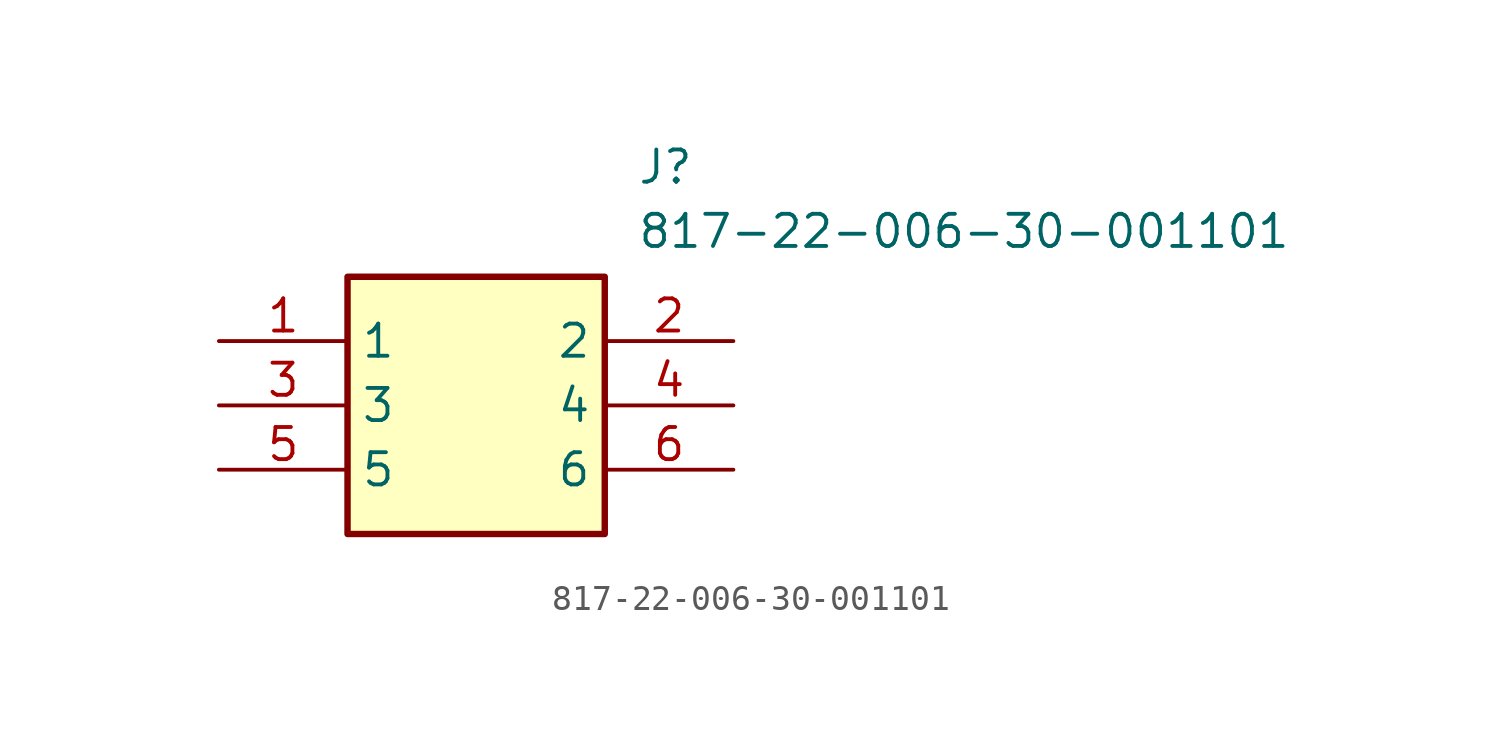
<source format=kicad_sym>
(kicad_symbol_lib
  (version 20211014)
  (generator SamacSys_ECAD_Model)
  (symbol "817-22-006-30-001101"
    (property "Reference" "J"
      (at 16.51 7.62 0)
      (effects (font (size 1.27 1.27)) (justify left top)))
    (property "Value" "817-22-006-30-001101"
      (at 16.51 5.08 0)
      (effects (font (size 1.27 1.27)) (justify left top)))
    (rectangle
      (start 5.08 2.54)
      (end 15.24 -7.62)
      (stroke (width 0.254) (type default))
      (fill (type background)))
    (pin passive line
      (at 0 0 0)
      (length 5.08)
      (name "1" (effects (font (size 1.27 1.27))))
      (number "1" (effects (font (size 1.27 1.27)))))
    (pin passive line
      (at 20.32 0 180)
      (length 5.08)
      (name "2" (effects (font (size 1.27 1.27))))
      (number "2" (effects (font (size 1.27 1.27)))))
    (pin passive line
      (at 0 -2.54 0)
      (length 5.08)
      (name "3" (effects (font (size 1.27 1.27))))
      (number "3" (effects (font (size 1.27 1.27)))))
    (pin passive line
      (at 20.32 -2.54 180)
      (length 5.08)
      (name "4" (effects (font (size 1.27 1.27))))
      (number "4" (effects (font (size 1.27 1.27)))))
    (pin passive line
      (at 0 -5.08 0)
      (length 5.08)
      (name "5" (effects (font (size 1.27 1.27))))
      (number "5" (effects (font (size 1.27 1.27)))))
    (pin passive line
      (at 20.32 -5.08 180)
      (length 5.08)
      (name "6" (effects (font (size 1.27 1.27))))
      (number "6" (effects (font (size 1.27 1.27)))))))
</source>
